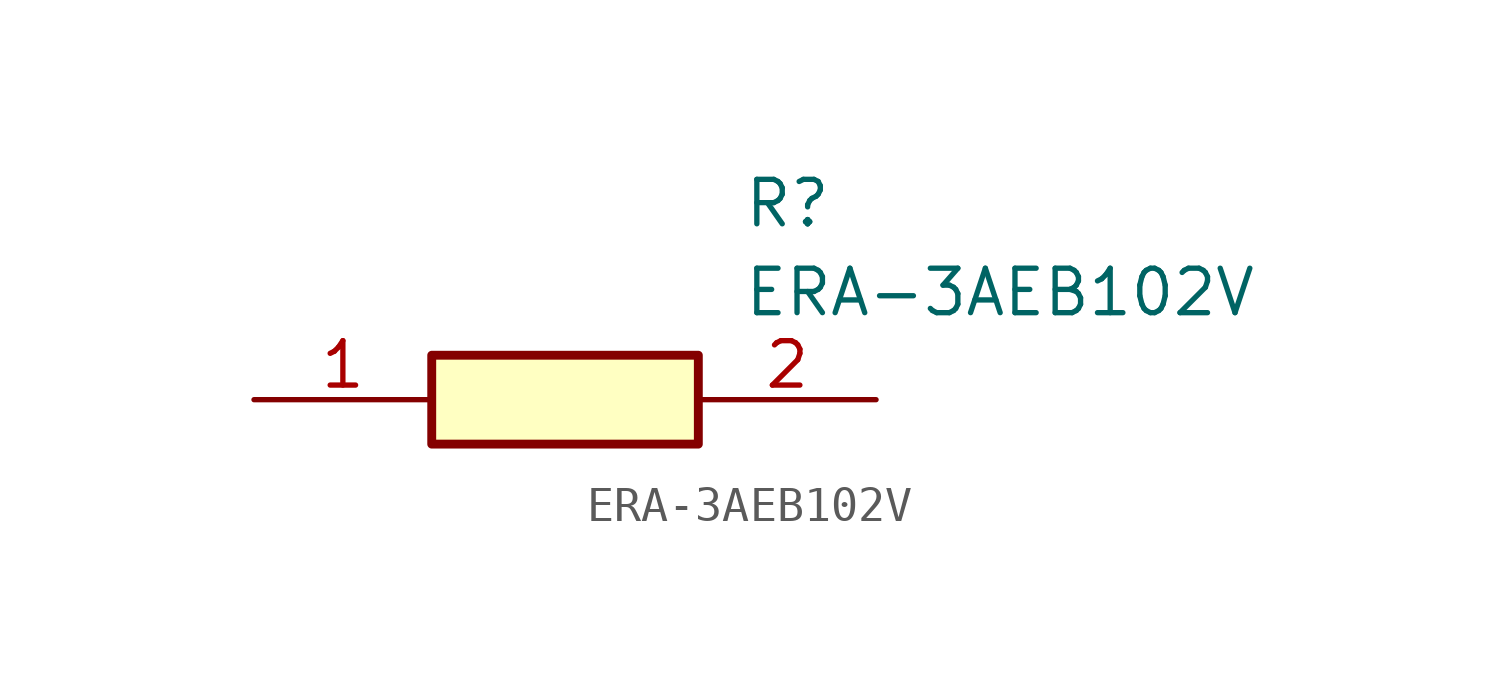
<source format=kicad_sym>
(kicad_symbol_lib
  (version 20211014)
  (generator SamacSys_ECAD_Model)
  (symbol "ERA-3AEB102V"
    (pin_names hide)
    (property "Reference" "R"
      (at 13.97 6.35 0)
      (effects (font (size 1.27 1.27)) (justify left top)))
    (property "Value" "ERA-3AEB102V"
      (at 13.97 3.81 0)
      (effects (font (size 1.27 1.27)) (justify left top)))
    (rectangle
      (start 5.08 1.27)
      (end 12.7 -1.27)
      (stroke (width 0.254) (type default))
      (fill (type background)))
    (pin passive line
      (at 0 0 0)
      (length 5.08)
      (name "1" (effects (font (size 1.27 1.27))))
      (number "1" (effects (font (size 1.27 1.27)))))
    (pin passive line
      (at 17.78 0 180)
      (length 5.08)
      (name "2" (effects (font (size 1.27 1.27))))
      (number "2" (effects (font (size 1.27 1.27)))))))
</source>
